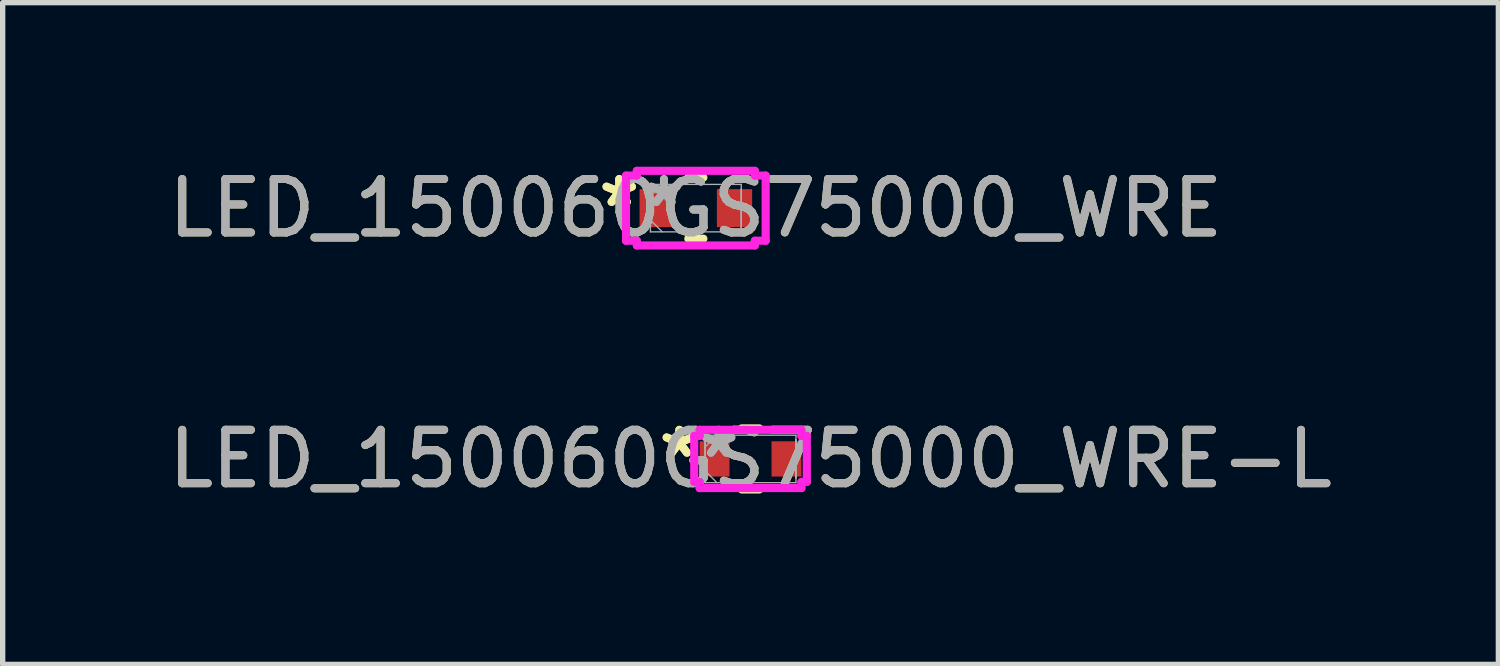
<source format=kicad_pcb>
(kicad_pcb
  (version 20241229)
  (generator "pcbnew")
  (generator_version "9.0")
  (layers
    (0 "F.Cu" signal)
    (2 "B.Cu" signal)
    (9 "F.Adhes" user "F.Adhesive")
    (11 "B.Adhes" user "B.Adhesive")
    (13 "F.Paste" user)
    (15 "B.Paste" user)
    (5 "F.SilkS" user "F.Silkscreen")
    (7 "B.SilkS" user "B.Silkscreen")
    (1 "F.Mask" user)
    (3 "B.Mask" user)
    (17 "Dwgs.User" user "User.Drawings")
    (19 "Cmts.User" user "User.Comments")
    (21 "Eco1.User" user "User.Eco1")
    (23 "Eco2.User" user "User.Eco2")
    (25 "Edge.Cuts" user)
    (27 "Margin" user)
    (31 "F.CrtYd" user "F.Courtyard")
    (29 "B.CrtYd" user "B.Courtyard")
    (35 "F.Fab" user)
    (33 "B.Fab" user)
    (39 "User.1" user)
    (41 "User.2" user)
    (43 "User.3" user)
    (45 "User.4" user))
  (footprint "LED_150060GS75000_WRE-L"
    (layer "F.Cu")
    (at 11.006 5.545)
    (property "Reference" "LED_150060GS75000_WRE-L" (at 0 0 0) (unlocked yes) (layer "F.SilkS") (effects (font (size 1 1) (thickness 0.15))))
    (attr smd)
    (fp_line (start -0.165 0.572) (end 0.165 0.572) (stroke (width 0.152) (type solid)) (layer "F.SilkS"))
    (fp_line (start 0.165 -0.572) (end -0.165 -0.572) (stroke (width 0.152) (type solid)) (layer "F.SilkS"))
    (fp_line (start -1.054 -0.432) (end -0.953 -0.432) (stroke (width 0.152) (type solid)) (layer "F.CrtYd"))
    (fp_line (start -1.054 0.432) (end -1.054 -0.432) (stroke (width 0.152) (type solid)) (layer "F.CrtYd"))
    (fp_line (start -0.953 -0.546) (end 0.953 -0.546) (stroke (width 0.152) (type solid)) (layer "F.CrtYd"))
    (fp_line (start -0.953 -0.432) (end -0.953 -0.546) (stroke (width 0.152) (type solid)) (layer "F.CrtYd"))
    (fp_line (start -0.953 0.432) (end -1.054 0.432) (stroke (width 0.152) (type solid)) (layer "F.CrtYd"))
    (fp_line (start -0.953 0.546) (end -0.953 0.432) (stroke (width 0.152) (type solid)) (layer "F.CrtYd"))
    (fp_line (start 0.953 -0.546) (end 0.953 -0.432) (stroke (width 0.152) (type solid)) (layer "F.CrtYd"))
    (fp_line (start 0.953 -0.432) (end 1.054 -0.432) (stroke (width 0.152) (type solid)) (layer "F.CrtYd"))
    (fp_line (start 0.953 0.432) (end 0.953 0.546) (stroke (width 0.152) (type solid)) (layer "F.CrtYd"))
    (fp_line (start 0.953 0.546) (end -0.953 0.546) (stroke (width 0.152) (type solid)) (layer "F.CrtYd"))
    (fp_line (start 1.054 -0.432) (end 1.054 0.432) (stroke (width 0.152) (type solid)) (layer "F.CrtYd"))
    (fp_line (start 1.054 0.432) (end 0.953 0.432) (stroke (width 0.152) (type solid)) (layer "F.CrtYd"))
    (fp_line (start -0.851 -0.445) (end -0.851 0.445) (stroke (width 0.025) (type solid)) (layer "F.Fab"))
    (fp_line (start -0.851 -0.356) (end -0.851 -0.356) (stroke (width 0.025) (type solid)) (layer "F.Fab"))
    (fp_line (start -0.851 -0.356) (end -0.851 0.356) (stroke (width 0.025) (type solid)) (layer "F.Fab"))
    (fp_line (start -0.851 -0.222) (end -0.629 -0.445) (stroke (width 0.025) (type solid)) (layer "F.Fab"))
    (fp_line (start -0.851 0.222) (end -0.629 0.445) (stroke (width 0.025) (type solid)) (layer "F.Fab"))
    (fp_line (start -0.851 0.356) (end -0.851 -0.356) (stroke (width 0.025) (type solid)) (layer "F.Fab"))
    (fp_line (start -0.851 0.356) (end -0.851 0.356) (stroke (width 0.025) (type solid)) (layer "F.Fab"))
    (fp_line (start -0.851 0.445) (end 0.851 0.445) (stroke (width 0.025) (type solid)) (layer "F.Fab"))
    (fp_line (start 0.851 -0.445) (end -0.851 -0.445) (stroke (width 0.025) (type solid)) (layer "F.Fab"))
    (fp_line (start 0.851 -0.356) (end 0.851 -0.356) (stroke (width 0.025) (type solid)) (layer "F.Fab"))
    (fp_line (start 0.851 -0.356) (end 0.851 0.356) (stroke (width 0.025) (type solid)) (layer "F.Fab"))
    (fp_line (start 0.851 0.356) (end 0.851 -0.356) (stroke (width 0.025) (type solid)) (layer "F.Fab"))
    (fp_line (start 0.851 0.356) (end 0.851 0.356) (stroke (width 0.025) (type solid)) (layer "F.Fab"))
    (fp_line (start 0.851 0.445) (end 0.851 -0.445) (stroke (width 0.025) (type solid)) (layer "F.Fab"))
    (fp_text user "*" (at -1.333 0 0) (layer "F.SilkS") (effects (font (size 1 1) (thickness 0.15))))
    (fp_text user "*" (at -1.333 0 0) (unlocked yes) (layer "F.SilkS") (effects (font (size 1 1) (thickness 0.15))))
    (fp_text user "*" (at -0.597 0 0) (layer "F.Fab") (effects (font (size 1 1) (thickness 0.15))))
    (fp_text user "${REFERENCE}" (at 0 0 0) (unlocked yes) (layer "F.Fab") (effects (font (size 1 1) (thickness 0.15))))
    (fp_text user "*" (at -0.597 0 0) (unlocked yes) (layer "F.Fab") (effects (font (size 1 1) (thickness 0.15))))
    (pad "1" smd rect (at -0.673 0) (size 0.559 0.66) (layers "F.Cu" "F.Mask" "F.Paste"))
    (pad "2" smd rect (at 0.673 0) (size 0.559 0.66) (layers "F.Cu" "F.Mask" "F.Paste"))
    (zone (net_name "") (layer "F.Cu") (hatch full 0.508) (connect_pads) (min_thickness 0.254) (filled_areas_thickness no) (keepout (tracks not_allowed) (vias not_allowed) (pads allowed) (copperpour not_allowed) (footprints allowed)) (placement (enabled no)) (fill) (polygon (pts (xy 10.663 5.151) (xy 11.349 5.151) (xy 11.349 5.938) (xy 10.663 5.938)))))
  (footprint "LED_150060GS75000_WRE"
    (layer "F.Cu")
    (at 9.982 0.848)
    (property "Reference" "LED_150060GS75000_WRE" (at 0 0 0) (unlocked yes) (layer "F.SilkS") (effects (font (size 1 1) (thickness 0.15))))
    (attr smd)
    (fp_line (start -0.141 0.572) (end 0.141 0.572) (stroke (width 0.152) (type solid)) (layer "F.SilkS"))
    (fp_line (start 0.141 -0.572) (end -0.141 -0.572) (stroke (width 0.152) (type solid)) (layer "F.SilkS"))
    (fp_line (start -1.308 -0.61) (end -1.105 -0.61) (stroke (width 0.152) (type solid)) (layer "F.CrtYd"))
    (fp_line (start -1.308 0.61) (end -1.308 -0.61) (stroke (width 0.152) (type solid)) (layer "F.CrtYd"))
    (fp_line (start -1.105 -0.699) (end 1.105 -0.699) (stroke (width 0.152) (type solid)) (layer "F.CrtYd"))
    (fp_line (start -1.105 -0.61) (end -1.105 -0.699) (stroke (width 0.152) (type solid)) (layer "F.CrtYd"))
    (fp_line (start -1.105 0.61) (end -1.308 0.61) (stroke (width 0.152) (type solid)) (layer "F.CrtYd"))
    (fp_line (start -1.105 0.699) (end -1.105 0.61) (stroke (width 0.152) (type solid)) (layer "F.CrtYd"))
    (fp_line (start 1.105 -0.699) (end 1.105 -0.61) (stroke (width 0.152) (type solid)) (layer "F.CrtYd"))
    (fp_line (start 1.105 -0.61) (end 1.308 -0.61) (stroke (width 0.152) (type solid)) (layer "F.CrtYd"))
    (fp_line (start 1.105 0.61) (end 1.105 0.699) (stroke (width 0.152) (type solid)) (layer "F.CrtYd"))
    (fp_line (start 1.105 0.699) (end -1.105 0.699) (stroke (width 0.152) (type solid)) (layer "F.CrtYd"))
    (fp_line (start 1.308 -0.61) (end 1.308 0.61) (stroke (width 0.152) (type solid)) (layer "F.CrtYd"))
    (fp_line (start 1.308 0.61) (end 1.105 0.61) (stroke (width 0.152) (type solid)) (layer "F.CrtYd"))
    (fp_line (start -0.851 -0.445) (end -0.851 0.445) (stroke (width 0.025) (type solid)) (layer "F.Fab"))
    (fp_line (start -0.851 -0.356) (end -0.851 -0.356) (stroke (width 0.025) (type solid)) (layer "F.Fab"))
    (fp_line (start -0.851 -0.356) (end -0.851 0.356) (stroke (width 0.025) (type solid)) (layer "F.Fab"))
    (fp_line (start -0.851 -0.222) (end -0.629 -0.445) (stroke (width 0.025) (type solid)) (layer "F.Fab"))
    (fp_line (start -0.851 0.222) (end -0.629 0.445) (stroke (width 0.025) (type solid)) (layer "F.Fab"))
    (fp_line (start -0.851 0.356) (end -0.851 -0.356) (stroke (width 0.025) (type solid)) (layer "F.Fab"))
    (fp_line (start -0.851 0.356) (end -0.851 0.356) (stroke (width 0.025) (type solid)) (layer "F.Fab"))
    (fp_line (start -0.851 0.445) (end 0.851 0.445) (stroke (width 0.025) (type solid)) (layer "F.Fab"))
    (fp_line (start 0.851 -0.445) (end -0.851 -0.445) (stroke (width 0.025) (type solid)) (layer "F.Fab"))
    (fp_line (start 0.851 -0.356) (end 0.851 -0.356) (stroke (width 0.025) (type solid)) (layer "F.Fab"))
    (fp_line (start 0.851 -0.356) (end 0.851 0.356) (stroke (width 0.025) (type solid)) (layer "F.Fab"))
    (fp_line (start 0.851 0.356) (end 0.851 -0.356) (stroke (width 0.025) (type solid)) (layer "F.Fab"))
    (fp_line (start 0.851 0.356) (end 0.851 0.356) (stroke (width 0.025) (type solid)) (layer "F.Fab"))
    (fp_line (start 0.851 0.445) (end 0.851 -0.445) (stroke (width 0.025) (type solid)) (layer "F.Fab"))
    (fp_text user "*" (at -1.435 0 0) (layer "F.SilkS") (effects (font (size 1 1) (thickness 0.15))))
    (fp_text user "*" (at -1.435 0 0) (unlocked yes) (layer "F.SilkS") (effects (font (size 1 1) (thickness 0.15))))
    (fp_text user "*" (at -0.597 0 0) (unlocked yes) (layer "F.Fab") (effects (font (size 1 1) (thickness 0.15))))
    (fp_text user "${REFERENCE}" (at 0 0 0) (unlocked yes) (layer "F.Fab") (effects (font (size 1 1) (thickness 0.15))))
    (fp_text user "*" (at -0.597 0 0) (layer "F.Fab") (effects (font (size 1 1) (thickness 0.15))))
    (pad "1" smd rect (at -0.724 0) (size 0.66 0.711) (layers "F.Cu" "F.Mask" "F.Paste"))
    (pad "2" smd rect (at 0.724 0) (size 0.66 0.711) (layers "F.Cu" "F.Mask" "F.Paste"))
    (zone (net_name "") (layer "F.Cu") (hatch full 0.508) (connect_pads) (min_thickness 0.254) (filled_areas_thickness no) (keepout (tracks not_allowed) (vias not_allowed) (pads allowed) (copperpour not_allowed) (footprints allowed)) (placement (enabled no)) (fill) (polygon (pts (xy 9.639 0.455) (xy 10.325 0.455) (xy 10.325 1.242) (xy 9.639 1.242)))))
  (gr_rect
    (start -3 -3)
    (end 25.012 9.393)
    (stroke (width 0.1) (type default))
    (fill no)
    (layer "Edge.Cuts")))
</source>
